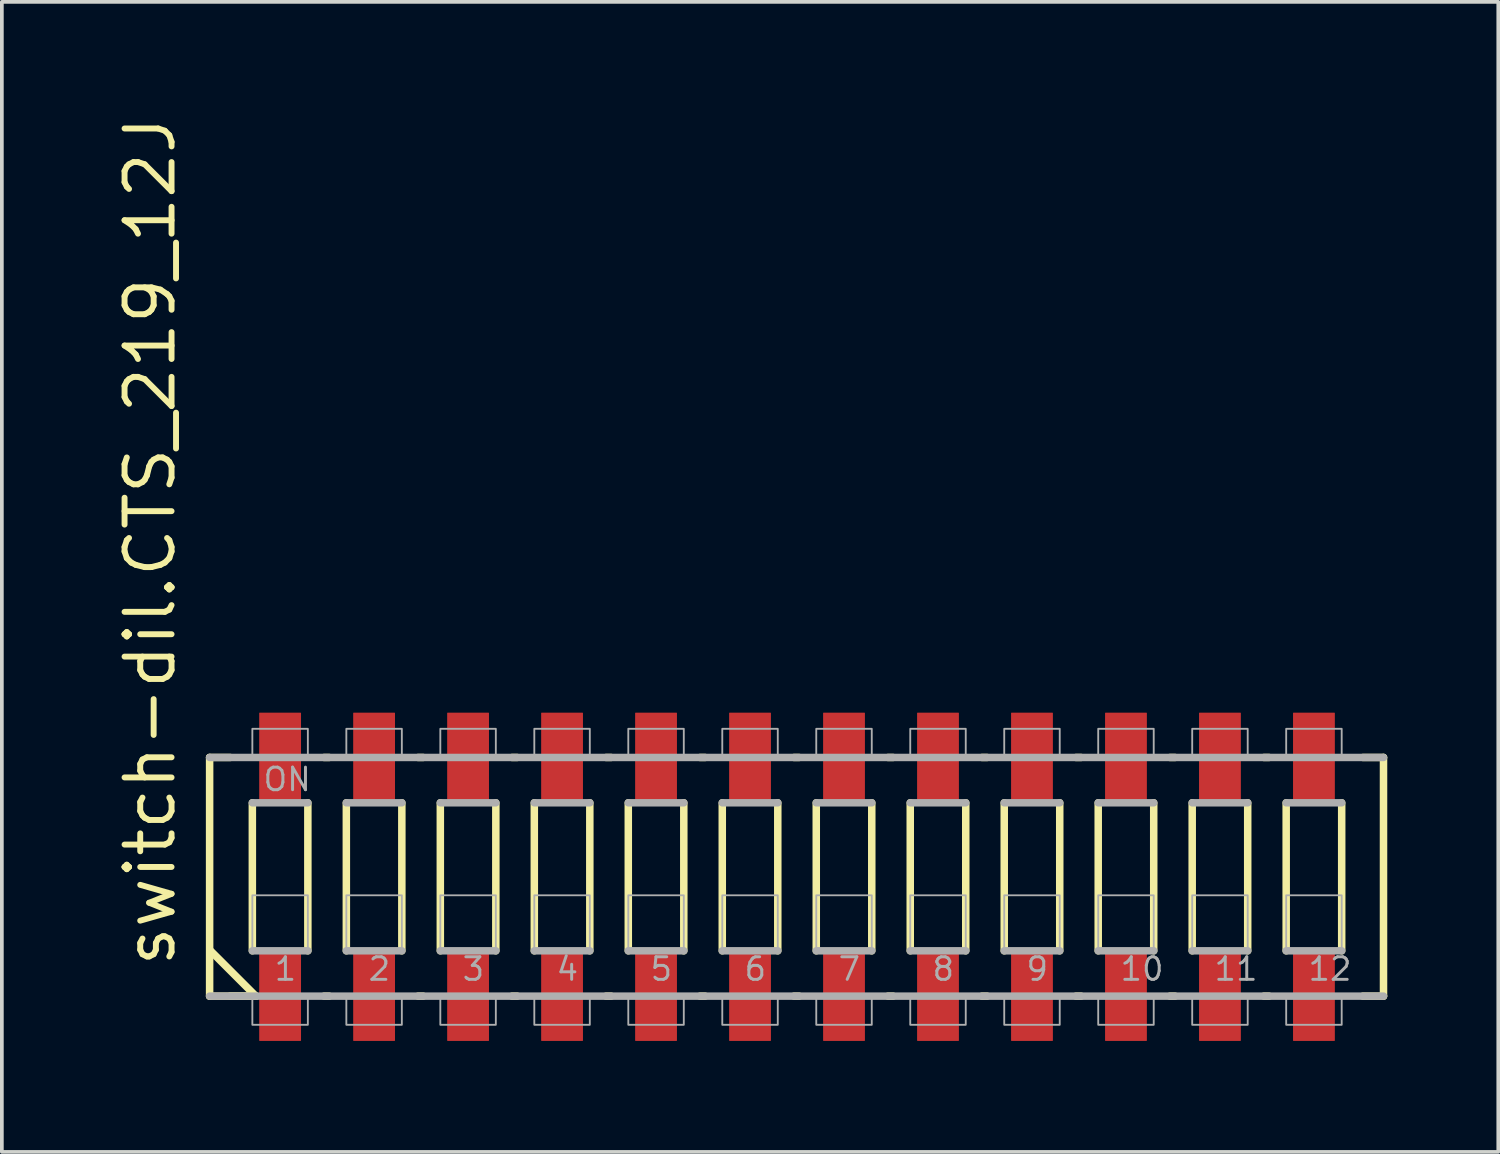
<source format=kicad_pcb>
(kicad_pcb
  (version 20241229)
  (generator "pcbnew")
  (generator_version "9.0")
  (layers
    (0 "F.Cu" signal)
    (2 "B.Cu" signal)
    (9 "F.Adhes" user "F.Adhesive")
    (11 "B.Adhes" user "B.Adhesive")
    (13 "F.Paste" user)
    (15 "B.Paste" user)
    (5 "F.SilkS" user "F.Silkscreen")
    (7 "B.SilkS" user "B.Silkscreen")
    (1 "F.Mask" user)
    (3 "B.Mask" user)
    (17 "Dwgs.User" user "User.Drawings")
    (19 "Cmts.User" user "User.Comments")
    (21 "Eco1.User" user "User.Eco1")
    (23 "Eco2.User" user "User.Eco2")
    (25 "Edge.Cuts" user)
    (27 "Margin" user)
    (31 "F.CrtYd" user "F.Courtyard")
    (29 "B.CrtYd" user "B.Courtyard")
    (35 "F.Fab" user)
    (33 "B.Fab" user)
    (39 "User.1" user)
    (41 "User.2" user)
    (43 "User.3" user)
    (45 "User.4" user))
  (footprint "switch-dil.CTS_219_12J"
    (layer "F.Cu")
    (at 18.49 20.646)
    (property "Reference" "switch-dil.CTS_219_12J" (at -16.74 2.5 90) (layer "F.SilkS") (effects (font (size 1.27 1.27) (thickness 0.16)) (justify left bottom)))
    (attr smd)
    (fp_line (start -15.875 -3.225) (end -15.32 -3.225) (stroke (width 0.203) (type default)) (layer "F.SilkS"))
    (fp_line (start -15.875 3.225) (end -15.875 -3.225) (stroke (width 0.203) (type default)) (layer "F.SilkS"))
    (fp_line (start -15.85 2) (end -14.625 3.225) (stroke (width 0.203) (type default)) (layer "F.SilkS"))
    (fp_line (start -15.32 3.225) (end -14.625 3.225) (stroke (width 0.203) (type default)) (layer "F.SilkS"))
    (fp_line (start -14.72 2) (end -14.72 -2) (stroke (width 0.203) (type default)) (layer "F.SilkS"))
    (fp_line (start -14.625 3.225) (end -15.875 3.225) (stroke (width 0.203) (type default)) (layer "F.SilkS"))
    (fp_line (start -13.22 -2) (end -13.22 2) (stroke (width 0.203) (type default)) (layer "F.SilkS"))
    (fp_line (start -12.78 3.225) (end -12.645 3.225) (stroke (width 0.203) (type default)) (layer "F.SilkS"))
    (fp_line (start -12.645 -3.225) (end -12.78 -3.225) (stroke (width 0.203) (type default)) (layer "F.SilkS"))
    (fp_line (start -12.18 2) (end -12.18 -2) (stroke (width 0.203) (type default)) (layer "F.SilkS"))
    (fp_line (start -10.68 -2) (end -10.68 2) (stroke (width 0.203) (type default)) (layer "F.SilkS"))
    (fp_line (start -10.24 3.225) (end -10.105 3.225) (stroke (width 0.203) (type default)) (layer "F.SilkS"))
    (fp_line (start -10.105 -3.225) (end -10.24 -3.225) (stroke (width 0.203) (type default)) (layer "F.SilkS"))
    (fp_line (start -9.64 2) (end -9.64 -2) (stroke (width 0.203) (type default)) (layer "F.SilkS"))
    (fp_line (start -8.14 -2) (end -8.14 2) (stroke (width 0.203) (type default)) (layer "F.SilkS"))
    (fp_line (start -7.7 3.225) (end -7.565 3.225) (stroke (width 0.203) (type default)) (layer "F.SilkS"))
    (fp_line (start -7.565 -3.225) (end -7.7 -3.225) (stroke (width 0.203) (type default)) (layer "F.SilkS"))
    (fp_line (start -7.1 2) (end -7.1 -2) (stroke (width 0.203) (type default)) (layer "F.SilkS"))
    (fp_line (start -5.6 -2) (end -5.6 2) (stroke (width 0.203) (type default)) (layer "F.SilkS"))
    (fp_line (start -5.16 3.225) (end -5.025 3.225) (stroke (width 0.203) (type default)) (layer "F.SilkS"))
    (fp_line (start -5.025 -3.225) (end -5.16 -3.225) (stroke (width 0.203) (type default)) (layer "F.SilkS"))
    (fp_line (start -4.56 2) (end -4.56 -2) (stroke (width 0.203) (type default)) (layer "F.SilkS"))
    (fp_line (start -3.06 -2) (end -3.06 2) (stroke (width 0.203) (type default)) (layer "F.SilkS"))
    (fp_line (start -2.62 3.225) (end -2.485 3.225) (stroke (width 0.203) (type default)) (layer "F.SilkS"))
    (fp_line (start -2.485 -3.225) (end -2.62 -3.225) (stroke (width 0.203) (type default)) (layer "F.SilkS"))
    (fp_line (start -2.02 2) (end -2.02 -2) (stroke (width 0.203) (type default)) (layer "F.SilkS"))
    (fp_line (start -0.52 -2) (end -0.52 2) (stroke (width 0.203) (type default)) (layer "F.SilkS"))
    (fp_line (start -0.08 3.225) (end 0.055 3.225) (stroke (width 0.203) (type default)) (layer "F.SilkS"))
    (fp_line (start 0.055 -3.225) (end -0.08 -3.225) (stroke (width 0.203) (type default)) (layer "F.SilkS"))
    (fp_line (start 0.52 2) (end 0.52 -2) (stroke (width 0.203) (type default)) (layer "F.SilkS"))
    (fp_line (start 2.02 -2) (end 2.02 2) (stroke (width 0.203) (type default)) (layer "F.SilkS"))
    (fp_line (start 2.46 3.225) (end 2.595 3.225) (stroke (width 0.203) (type default)) (layer "F.SilkS"))
    (fp_line (start 2.595 -3.225) (end 2.46 -3.225) (stroke (width 0.203) (type default)) (layer "F.SilkS"))
    (fp_line (start 3.06 2) (end 3.06 -2) (stroke (width 0.203) (type default)) (layer "F.SilkS"))
    (fp_line (start 4.56 -2) (end 4.56 2) (stroke (width 0.203) (type default)) (layer "F.SilkS"))
    (fp_line (start 5 3.225) (end 5.135 3.225) (stroke (width 0.203) (type default)) (layer "F.SilkS"))
    (fp_line (start 5.135 -3.225) (end 5 -3.225) (stroke (width 0.203) (type default)) (layer "F.SilkS"))
    (fp_line (start 5.6 2) (end 5.6 -2) (stroke (width 0.203) (type default)) (layer "F.SilkS"))
    (fp_line (start 7.1 -2) (end 7.1 2) (stroke (width 0.203) (type default)) (layer "F.SilkS"))
    (fp_line (start 7.54 3.225) (end 7.675 3.225) (stroke (width 0.203) (type default)) (layer "F.SilkS"))
    (fp_line (start 7.675 -3.225) (end 7.54 -3.225) (stroke (width 0.203) (type default)) (layer "F.SilkS"))
    (fp_line (start 8.14 2) (end 8.14 -2) (stroke (width 0.203) (type default)) (layer "F.SilkS"))
    (fp_line (start 9.64 -2) (end 9.64 2) (stroke (width 0.203) (type default)) (layer "F.SilkS"))
    (fp_line (start 10.08 3.225) (end 10.215 3.225) (stroke (width 0.203) (type default)) (layer "F.SilkS"))
    (fp_line (start 10.215 -3.225) (end 10.08 -3.225) (stroke (width 0.203) (type default)) (layer "F.SilkS"))
    (fp_line (start 10.68 2) (end 10.68 -2) (stroke (width 0.203) (type default)) (layer "F.SilkS"))
    (fp_line (start 12.18 -2) (end 12.18 2) (stroke (width 0.203) (type default)) (layer "F.SilkS"))
    (fp_line (start 12.62 3.225) (end 12.755 3.225) (stroke (width 0.203) (type default)) (layer "F.SilkS"))
    (fp_line (start 12.755 -3.225) (end 12.62 -3.225) (stroke (width 0.203) (type default)) (layer "F.SilkS"))
    (fp_line (start 13.22 2) (end 13.22 -2) (stroke (width 0.203) (type default)) (layer "F.SilkS"))
    (fp_line (start 14.72 -2) (end 14.72 2) (stroke (width 0.203) (type default)) (layer "F.SilkS"))
    (fp_line (start 15.295 -3.225) (end 15.85 -3.225) (stroke (width 0.203) (type default)) (layer "F.SilkS"))
    (fp_line (start 15.85 -3.225) (end 15.85 3.225) (stroke (width 0.203) (type default)) (layer "F.SilkS"))
    (fp_line (start 15.85 3.225) (end 15.295 3.225) (stroke (width 0.203) (type default)) (layer "F.SilkS"))
    (fp_line (start -15.875 -3.225) (end 15.85 -3.225) (stroke (width 0.203) (type default)) (layer "F.Fab"))
    (fp_line (start -14.72 -2) (end -13.22 -2) (stroke (width 0.203) (type default)) (layer "F.Fab"))
    (fp_line (start -13.22 2) (end -14.72 2) (stroke (width 0.203) (type default)) (layer "F.Fab"))
    (fp_line (start -12.18 -2) (end -10.68 -2) (stroke (width 0.203) (type default)) (layer "F.Fab"))
    (fp_line (start -10.68 2) (end -12.18 2) (stroke (width 0.203) (type default)) (layer "F.Fab"))
    (fp_line (start -9.64 -2) (end -8.14 -2) (stroke (width 0.203) (type default)) (layer "F.Fab"))
    (fp_line (start -8.14 2) (end -9.64 2) (stroke (width 0.203) (type default)) (layer "F.Fab"))
    (fp_line (start -7.1 -2) (end -5.6 -2) (stroke (width 0.203) (type default)) (layer "F.Fab"))
    (fp_line (start -5.6 2) (end -7.1 2) (stroke (width 0.203) (type default)) (layer "F.Fab"))
    (fp_line (start -4.56 -2) (end -3.06 -2) (stroke (width 0.203) (type default)) (layer "F.Fab"))
    (fp_line (start -3.06 2) (end -4.56 2) (stroke (width 0.203) (type default)) (layer "F.Fab"))
    (fp_line (start -2.02 -2) (end -0.52 -2) (stroke (width 0.203) (type default)) (layer "F.Fab"))
    (fp_line (start -0.52 2) (end -2.02 2) (stroke (width 0.203) (type default)) (layer "F.Fab"))
    (fp_line (start 0.52 -2) (end 2.02 -2) (stroke (width 0.203) (type default)) (layer "F.Fab"))
    (fp_line (start 2.02 2) (end 0.52 2) (stroke (width 0.203) (type default)) (layer "F.Fab"))
    (fp_line (start 3.06 -2) (end 4.56 -2) (stroke (width 0.203) (type default)) (layer "F.Fab"))
    (fp_line (start 4.56 2) (end 3.06 2) (stroke (width 0.203) (type default)) (layer "F.Fab"))
    (fp_line (start 5.6 -2) (end 7.1 -2) (stroke (width 0.203) (type default)) (layer "F.Fab"))
    (fp_line (start 7.1 2) (end 5.6 2) (stroke (width 0.203) (type default)) (layer "F.Fab"))
    (fp_line (start 8.14 -2) (end 9.64 -2) (stroke (width 0.203) (type default)) (layer "F.Fab"))
    (fp_line (start 9.64 2) (end 8.14 2) (stroke (width 0.203) (type default)) (layer "F.Fab"))
    (fp_line (start 10.68 -2) (end 12.18 -2) (stroke (width 0.203) (type default)) (layer "F.Fab"))
    (fp_line (start 12.18 2) (end 10.68 2) (stroke (width 0.203) (type default)) (layer "F.Fab"))
    (fp_line (start 13.22 -2) (end 14.72 -2) (stroke (width 0.203) (type default)) (layer "F.Fab"))
    (fp_line (start 14.72 2) (end 13.22 2) (stroke (width 0.203) (type default)) (layer "F.Fab"))
    (fp_line (start 15.85 3.225) (end -15.875 3.225) (stroke (width 0.203) (type default)) (layer "F.Fab"))
    (fp_rect (start -14.72 -3.25) (end -13.22 -4) (stroke (width 0.05) (type default)) (fill no) (layer "F.Fab"))
    (fp_rect (start -14.72 2) (end -13.22 0.5) (stroke (width 0.05) (type default)) (fill no) (layer "F.Fab"))
    (fp_rect (start -14.72 4) (end -13.22 3.25) (stroke (width 0.05) (type default)) (fill no) (layer "F.Fab"))
    (fp_rect (start -12.18 -3.25) (end -10.68 -4) (stroke (width 0.05) (type default)) (fill no) (layer "F.Fab"))
    (fp_rect (start -12.18 2) (end -10.68 0.5) (stroke (width 0.05) (type default)) (fill no) (layer "F.Fab"))
    (fp_rect (start -12.18 4) (end -10.68 3.25) (stroke (width 0.05) (type default)) (fill no) (layer "F.Fab"))
    (fp_rect (start -9.64 -3.25) (end -8.14 -4) (stroke (width 0.05) (type default)) (fill no) (layer "F.Fab"))
    (fp_rect (start -9.64 2) (end -8.14 0.5) (stroke (width 0.05) (type default)) (fill no) (layer "F.Fab"))
    (fp_rect (start -9.64 4) (end -8.14 3.25) (stroke (width 0.05) (type default)) (fill no) (layer "F.Fab"))
    (fp_rect (start -7.1 -3.25) (end -5.6 -4) (stroke (width 0.05) (type default)) (fill no) (layer "F.Fab"))
    (fp_rect (start -7.1 2) (end -5.6 0.5) (stroke (width 0.05) (type default)) (fill no) (layer "F.Fab"))
    (fp_rect (start -7.1 4) (end -5.6 3.25) (stroke (width 0.05) (type default)) (fill no) (layer "F.Fab"))
    (fp_rect (start -4.56 -3.25) (end -3.06 -4) (stroke (width 0.05) (type default)) (fill no) (layer "F.Fab"))
    (fp_rect (start -4.56 2) (end -3.06 0.5) (stroke (width 0.05) (type default)) (fill no) (layer "F.Fab"))
    (fp_rect (start -4.56 4) (end -3.06 3.25) (stroke (width 0.05) (type default)) (fill no) (layer "F.Fab"))
    (fp_rect (start -2.02 -3.25) (end -0.52 -4) (stroke (width 0.05) (type default)) (fill no) (layer "F.Fab"))
    (fp_rect (start -2.02 2) (end -0.52 0.5) (stroke (width 0.05) (type default)) (fill no) (layer "F.Fab"))
    (fp_rect (start -2.02 4) (end -0.52 3.25) (stroke (width 0.05) (type default)) (fill no) (layer "F.Fab"))
    (fp_rect (start 0.52 -3.25) (end 2.02 -4) (stroke (width 0.05) (type default)) (fill no) (layer "F.Fab"))
    (fp_rect (start 0.52 2) (end 2.02 0.5) (stroke (width 0.05) (type default)) (fill no) (layer "F.Fab"))
    (fp_rect (start 0.52 4) (end 2.02 3.25) (stroke (width 0.05) (type default)) (fill no) (layer "F.Fab"))
    (fp_rect (start 3.06 -3.25) (end 4.56 -4) (stroke (width 0.05) (type default)) (fill no) (layer "F.Fab"))
    (fp_rect (start 3.06 2) (end 4.56 0.5) (stroke (width 0.05) (type default)) (fill no) (layer "F.Fab"))
    (fp_rect (start 3.06 4) (end 4.56 3.25) (stroke (width 0.05) (type default)) (fill no) (layer "F.Fab"))
    (fp_rect (start 5.6 -3.25) (end 7.1 -4) (stroke (width 0.05) (type default)) (fill no) (layer "F.Fab"))
    (fp_rect (start 5.6 2) (end 7.1 0.5) (stroke (width 0.05) (type default)) (fill no) (layer "F.Fab"))
    (fp_rect (start 5.6 4) (end 7.1 3.25) (stroke (width 0.05) (type default)) (fill no) (layer "F.Fab"))
    (fp_rect (start 8.14 -3.25) (end 9.64 -4) (stroke (width 0.05) (type default)) (fill no) (layer "F.Fab"))
    (fp_rect (start 8.14 2) (end 9.64 0.5) (stroke (width 0.05) (type default)) (fill no) (layer "F.Fab"))
    (fp_rect (start 8.14 4) (end 9.64 3.25) (stroke (width 0.05) (type default)) (fill no) (layer "F.Fab"))
    (fp_rect (start 10.68 -3.25) (end 12.18 -4) (stroke (width 0.05) (type default)) (fill no) (layer "F.Fab"))
    (fp_rect (start 10.68 2) (end 12.18 0.5) (stroke (width 0.05) (type default)) (fill no) (layer "F.Fab"))
    (fp_rect (start 10.68 4) (end 12.18 3.25) (stroke (width 0.05) (type default)) (fill no) (layer "F.Fab"))
    (fp_rect (start 13.22 -3.25) (end 14.72 -4) (stroke (width 0.05) (type default)) (fill no) (layer "F.Fab"))
    (fp_rect (start 13.22 2) (end 14.72 0.5) (stroke (width 0.05) (type default)) (fill no) (layer "F.Fab"))
    (fp_rect (start 13.22 4) (end 14.72 3.25) (stroke (width 0.05) (type default)) (fill no) (layer "F.Fab"))
    (fp_text user "5" (at -4.01 2.85 0) (layer "F.Fab") (effects (font (size 0.61 0.61) (thickness 0.08)) (justify left bottom)))
    (fp_text user "10" (at 8.69 2.85 0) (layer "F.Fab") (effects (font (size 0.61 0.61) (thickness 0.08)) (justify left bottom)))
    (fp_text user "9" (at 6.15 2.85 0) (layer "F.Fab") (effects (font (size 0.61 0.61) (thickness 0.08)) (justify left bottom)))
    (fp_text user "2" (at -11.63 2.85 0) (layer "F.Fab") (effects (font (size 0.61 0.61) (thickness 0.08)) (justify left bottom)))
    (fp_text user "ON" (at -14.47 -2.275 0) (layer "F.Fab") (effects (font (size 0.61 0.61) (thickness 0.08)) (justify left bottom)))
    (fp_text user "7" (at 1.07 2.85 0) (layer "F.Fab") (effects (font (size 0.61 0.61) (thickness 0.08)) (justify left bottom)))
    (fp_text user "4" (at -6.55 2.85 0) (layer "F.Fab") (effects (font (size 0.61 0.61) (thickness 0.08)) (justify left bottom)))
    (fp_text user "6" (at -1.47 2.85 0) (layer "F.Fab") (effects (font (size 0.61 0.61) (thickness 0.08)) (justify left bottom)))
    (fp_text user "8" (at 3.61 2.85 0) (layer "F.Fab") (effects (font (size 0.61 0.61) (thickness 0.08)) (justify left bottom)))
    (fp_text user "11" (at 11.23 2.85 0) (layer "F.Fab") (effects (font (size 0.61 0.61) (thickness 0.08)) (justify left bottom)))
    (fp_text user "12" (at 13.77 2.85 0) (layer "F.Fab") (effects (font (size 0.61 0.61) (thickness 0.08)) (justify left bottom)))
    (fp_text user "1" (at -14.17 2.85 0) (layer "F.Fab") (effects (font (size 0.61 0.61) (thickness 0.08)) (justify left bottom)))
    (fp_text user "3" (at -9.09 2.85 0) (layer "F.Fab") (effects (font (size 0.61 0.61) (thickness 0.08)) (justify left bottom)))
    (pad "1" smd roundrect (at -13.97 3.215) (size 1.13 2.44) (layers "F.Cu" "F.Mask" "F.Paste") (roundrect_rratio 0.01))
    (pad "2" smd roundrect (at -11.43 3.215) (size 1.13 2.44) (layers "F.Cu" "F.Mask" "F.Paste") (roundrect_rratio 0.01))
    (pad "3" smd roundrect (at -8.89 3.215) (size 1.13 2.44) (layers "F.Cu" "F.Mask" "F.Paste") (roundrect_rratio 0.01))
    (pad "4" smd roundrect (at -6.35 3.215) (size 1.13 2.44) (layers "F.Cu" "F.Mask" "F.Paste") (roundrect_rratio 0.01))
    (pad "5" smd roundrect (at -3.81 3.215) (size 1.13 2.44) (layers "F.Cu" "F.Mask" "F.Paste") (roundrect_rratio 0.01))
    (pad "6" smd roundrect (at -1.27 3.215) (size 1.13 2.44) (layers "F.Cu" "F.Mask" "F.Paste") (roundrect_rratio 0.01))
    (pad "7" smd roundrect (at 1.27 3.215) (size 1.13 2.44) (layers "F.Cu" "F.Mask" "F.Paste") (roundrect_rratio 0.01))
    (pad "8" smd roundrect (at 3.81 3.215) (size 1.13 2.44) (layers "F.Cu" "F.Mask" "F.Paste") (roundrect_rratio 0.01))
    (pad "9" smd roundrect (at 6.35 3.215) (size 1.13 2.44) (layers "F.Cu" "F.Mask" "F.Paste") (roundrect_rratio 0.01))
    (pad "10" smd roundrect (at 8.89 3.215) (size 1.13 2.44) (layers "F.Cu" "F.Mask" "F.Paste") (roundrect_rratio 0.01))
    (pad "11" smd roundrect (at 11.43 3.215) (size 1.13 2.44) (layers "F.Cu" "F.Mask" "F.Paste") (roundrect_rratio 0.01))
    (pad "12" smd roundrect (at 13.97 3.215) (size 1.13 2.44) (layers "F.Cu" "F.Mask" "F.Paste") (roundrect_rratio 0.01))
    (pad "13" smd roundrect (at 13.97 -3.215 180) (size 1.13 2.44) (layers "F.Cu" "F.Mask" "F.Paste") (roundrect_rratio 0.01))
    (pad "14" smd roundrect (at 11.43 -3.215 180) (size 1.13 2.44) (layers "F.Cu" "F.Mask" "F.Paste") (roundrect_rratio 0.01))
    (pad "15" smd roundrect (at 8.89 -3.215 180) (size 1.13 2.44) (layers "F.Cu" "F.Mask" "F.Paste") (roundrect_rratio 0.01))
    (pad "16" smd roundrect (at 6.35 -3.215 180) (size 1.13 2.44) (layers "F.Cu" "F.Mask" "F.Paste") (roundrect_rratio 0.01))
    (pad "17" smd roundrect (at 3.81 -3.215 180) (size 1.13 2.44) (layers "F.Cu" "F.Mask" "F.Paste") (roundrect_rratio 0.01))
    (pad "18" smd roundrect (at 1.27 -3.215 180) (size 1.13 2.44) (layers "F.Cu" "F.Mask" "F.Paste") (roundrect_rratio 0.01))
    (pad "19" smd roundrect (at -1.27 -3.215 180) (size 1.13 2.44) (layers "F.Cu" "F.Mask" "F.Paste") (roundrect_rratio 0.01))
    (pad "20" smd roundrect (at -3.81 -3.215 180) (size 1.13 2.44) (layers "F.Cu" "F.Mask" "F.Paste") (roundrect_rratio 0.01))
    (pad "21" smd roundrect (at -6.35 -3.215 180) (size 1.13 2.44) (layers "F.Cu" "F.Mask" "F.Paste") (roundrect_rratio 0.01))
    (pad "22" smd roundrect (at -8.89 -3.215 180) (size 1.13 2.44) (layers "F.Cu" "F.Mask" "F.Paste") (roundrect_rratio 0.01))
    (pad "23" smd roundrect (at -11.43 -3.215 180) (size 1.13 2.44) (layers "F.Cu" "F.Mask" "F.Paste") (roundrect_rratio 0.01))
    (pad "24" smd roundrect (at -13.97 -3.215 180) (size 1.13 2.44) (layers "F.Cu" "F.Mask" "F.Paste") (roundrect_rratio 0.01)))
  (gr_rect
    (start -3 -3)
    (end 37.442 28.081)
    (stroke (width 0.1) (type default))
    (fill no)
    (layer "Edge.Cuts")))
</source>
